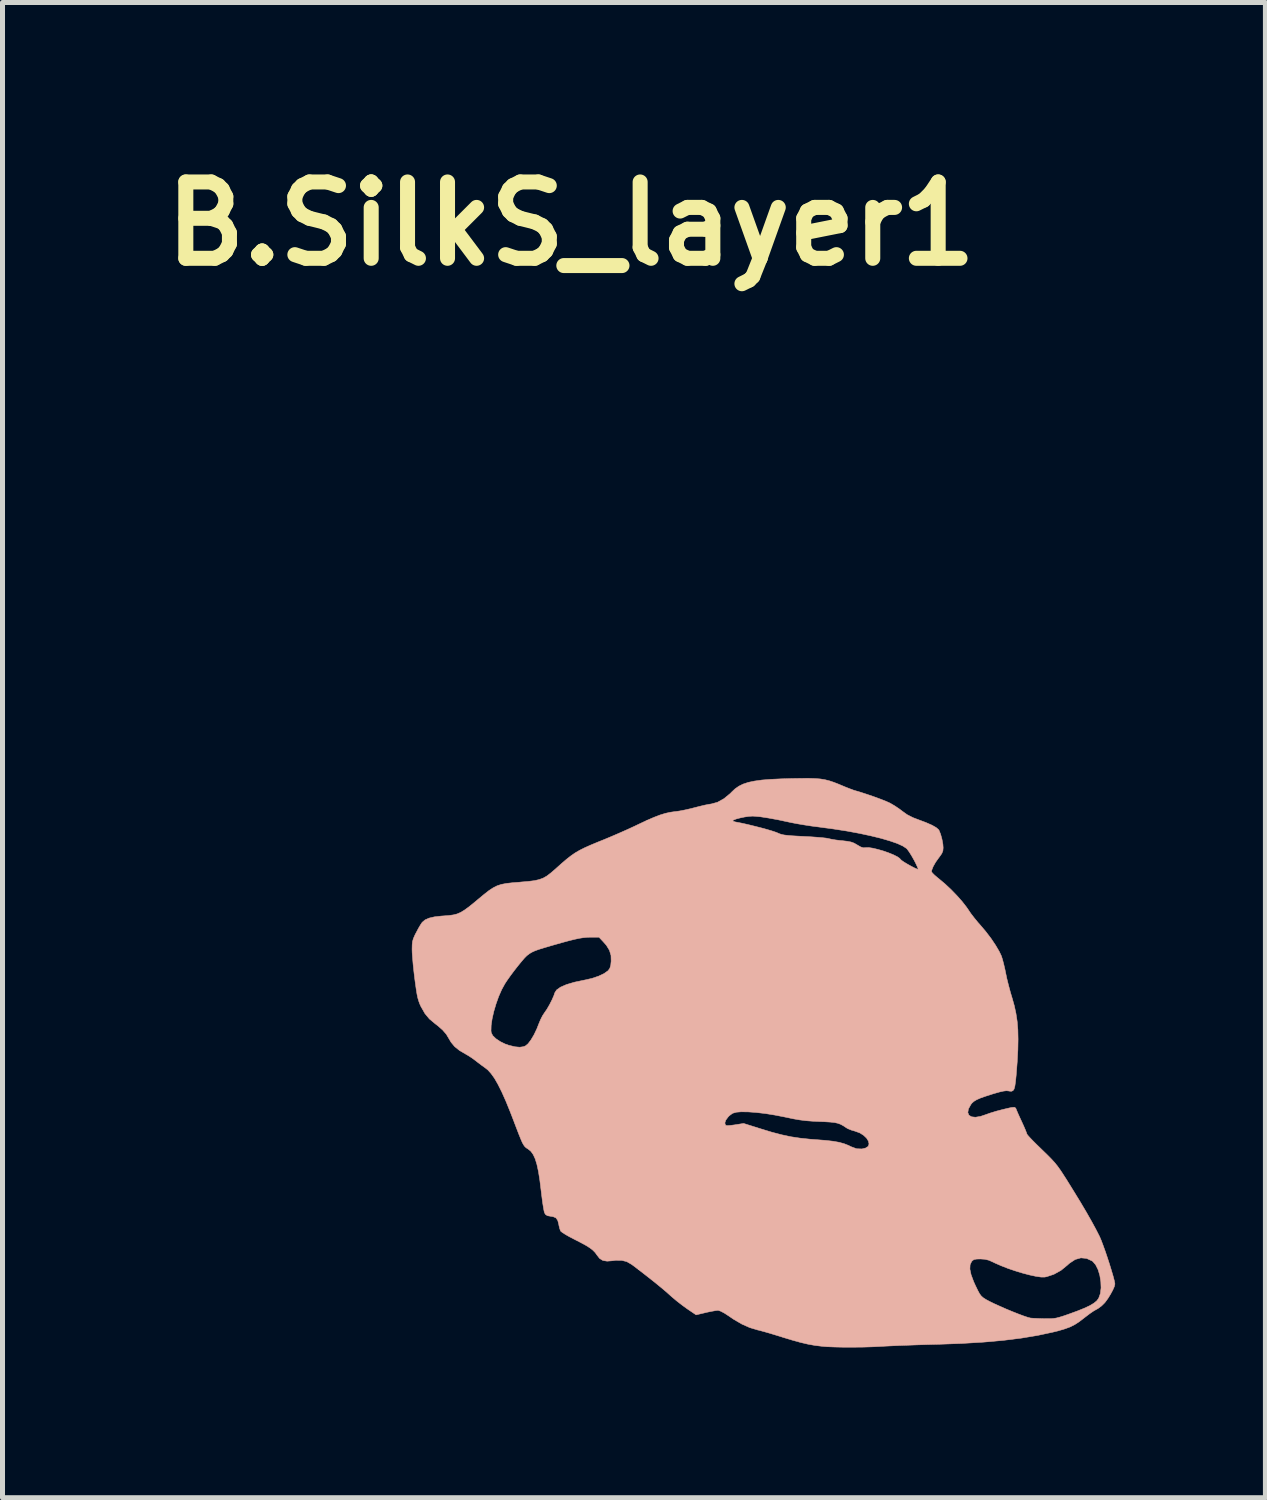
<source format=kicad_pcb>
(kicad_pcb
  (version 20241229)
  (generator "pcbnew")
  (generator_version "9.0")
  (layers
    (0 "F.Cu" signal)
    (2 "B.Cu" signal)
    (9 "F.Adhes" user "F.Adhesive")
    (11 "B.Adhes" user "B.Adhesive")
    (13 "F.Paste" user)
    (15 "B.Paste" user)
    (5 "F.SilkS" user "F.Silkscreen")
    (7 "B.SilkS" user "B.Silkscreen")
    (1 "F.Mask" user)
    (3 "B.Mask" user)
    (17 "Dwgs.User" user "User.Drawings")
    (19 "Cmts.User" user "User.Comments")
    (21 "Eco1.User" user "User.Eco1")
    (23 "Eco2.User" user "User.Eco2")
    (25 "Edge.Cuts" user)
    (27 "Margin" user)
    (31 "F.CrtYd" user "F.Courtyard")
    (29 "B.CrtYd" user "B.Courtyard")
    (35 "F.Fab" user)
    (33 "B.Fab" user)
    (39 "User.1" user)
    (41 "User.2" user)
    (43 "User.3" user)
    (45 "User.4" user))
  (footprint "B.SilkS_layer1"
    (layer "F.Cu")
    (at 8.353 1.418)
    (property "Reference" "B.SilkS_layer1" (at 0 0 0) (layer "F.SilkS") (effects (font (size 1.524 1.524) (thickness 0.3))))
    (attr through_hole)
    (fp_poly (pts (xy 4.868 11.077) (xy 4.974 11.085) (xy 5.067 11.1) (xy 5.155 11.122) (xy 5.245 11.152) (xy 5.345 11.191) (xy 5.404 11.216) (xy 5.493 11.253) (xy 5.573 11.284) (xy 5.632 11.306) (xy 5.652 11.313) (xy 5.775 11.349) (xy 5.91 11.393) (xy 6.047 11.44) (xy 6.175 11.487) (xy 6.285 11.53) (xy 6.365 11.566) (xy 6.374 11.571) (xy 6.463 11.623) (xy 6.555 11.685) (xy 6.62 11.734) (xy 6.711 11.799) (xy 6.825 11.857) (xy 6.924 11.895) (xy 7.084 11.955) (xy 7.205 12.008) (xy 7.288 12.055) (xy 7.337 12.097) (xy 7.347 12.112) (xy 7.378 12.188) (xy 7.405 12.286) (xy 7.424 12.388) (xy 7.429 12.46) (xy 7.424 12.519) (xy 7.402 12.574) (xy 7.357 12.639) (xy 7.343 12.657) (xy 7.278 12.748) (xy 7.229 12.835) (xy 7.201 12.907) (xy 7.197 12.937) (xy 7.213 12.962) (xy 7.255 13.004) (xy 7.316 13.056) (xy 7.347 13.081) (xy 7.464 13.179) (xy 7.586 13.293) (xy 7.704 13.415) (xy 7.81 13.535) (xy 7.895 13.644) (xy 7.928 13.692) (xy 7.979 13.768) (xy 8.049 13.859) (xy 8.126 13.953) (xy 8.167 13.999) (xy 8.279 14.131) (xy 8.385 14.27) (xy 8.477 14.407) (xy 8.55 14.532) (xy 8.591 14.618) (xy 8.613 14.686) (xy 8.638 14.781) (xy 8.663 14.888) (xy 8.677 14.957) (xy 8.701 15.072) (xy 8.735 15.208) (xy 8.773 15.349) (xy 8.807 15.462) (xy 8.85 15.615) (xy 8.883 15.768) (xy 8.907 15.926) (xy 8.921 16.095) (xy 8.925 16.282) (xy 8.921 16.493) (xy 8.908 16.734) (xy 8.887 17.003) (xy 8.874 17.13) (xy 8.861 17.22) (xy 8.845 17.278) (xy 8.822 17.31) (xy 8.79 17.322) (xy 8.748 17.318) (xy 8.735 17.315) (xy 8.692 17.311) (xy 8.634 17.318) (xy 8.554 17.336) (xy 8.444 17.367) (xy 8.412 17.377) (xy 8.275 17.421) (xy 8.173 17.457) (xy 8.098 17.49) (xy 8.045 17.522) (xy 8.006 17.556) (xy 7.983 17.585) (xy 7.934 17.674) (xy 7.922 17.746) (xy 7.943 17.799) (xy 7.995 17.831) (xy 8.074 17.84) (xy 8.176 17.823) (xy 8.268 17.792) (xy 8.367 17.757) (xy 8.491 17.719) (xy 8.625 17.684) (xy 8.753 17.654) (xy 8.801 17.645) (xy 8.852 17.641) (xy 8.878 17.658) (xy 8.883 17.669) (xy 8.896 17.702) (xy 8.923 17.765) (xy 8.96 17.847) (xy 8.998 17.929) (xy 9.039 18.019) (xy 9.072 18.096) (xy 9.094 18.152) (xy 9.102 18.176) (xy 9.116 18.197) (xy 9.157 18.243) (xy 9.219 18.308) (xy 9.298 18.387) (xy 9.389 18.475) (xy 9.396 18.482) (xy 9.503 18.586) (xy 9.587 18.671) (xy 9.656 18.746) (xy 9.716 18.821) (xy 9.776 18.905) (xy 9.843 19.008) (xy 9.897 19.092) (xy 10.037 19.318) (xy 10.169 19.534) (xy 10.288 19.735) (xy 10.392 19.918) (xy 10.478 20.076) (xy 10.544 20.205) (xy 10.554 20.225) (xy 10.585 20.298) (xy 10.622 20.396) (xy 10.664 20.512) (xy 10.707 20.639) (xy 10.749 20.768) (xy 10.787 20.892) (xy 10.82 21.003) (xy 10.844 21.093) (xy 10.857 21.155) (xy 10.858 21.173) (xy 10.847 21.221) (xy 10.816 21.291) (xy 10.771 21.374) (xy 10.72 21.457) (xy 10.667 21.53) (xy 10.652 21.548) (xy 10.591 21.608) (xy 10.52 21.66) (xy 10.491 21.676) (xy 10.436 21.707) (xy 10.361 21.758) (xy 10.279 21.82) (xy 10.234 21.855) (xy 10.141 21.926) (xy 10.054 21.982) (xy 9.962 22.028) (xy 9.855 22.067) (xy 9.723 22.106) (xy 9.621 22.131) (xy 9.318 22.196) (xy 8.987 22.251) (xy 8.625 22.296) (xy 8.23 22.331) (xy 7.798 22.357) (xy 7.328 22.374) (xy 7.313 22.374) (xy 7.118 22.379) (xy 6.921 22.385) (xy 6.73 22.392) (xy 6.553 22.398) (xy 6.398 22.405) (xy 6.271 22.411) (xy 6.202 22.415) (xy 6.023 22.424) (xy 5.831 22.43) (xy 5.633 22.432) (xy 5.441 22.432) (xy 5.263 22.428) (xy 5.109 22.422) (xy 5.006 22.413) (xy 4.867 22.396) (xy 4.728 22.371) (xy 4.579 22.336) (xy 4.41 22.289) (xy 4.212 22.229) (xy 4.202 22.225) (xy 4.077 22.187) (xy 3.952 22.149) (xy 3.839 22.117) (xy 3.749 22.093) (xy 3.725 22.088) (xy 3.566 22.04) (xy 3.409 21.97) (xy 3.243 21.873) (xy 3.151 21.81) (xy 3.062 21.752) (xy 2.988 21.713) (xy 2.937 21.696) (xy 2.932 21.696) (xy 2.887 21.701) (xy 2.813 21.714) (xy 2.724 21.732) (xy 2.686 21.741) (xy 2.496 21.786) (xy 2.313 21.662) (xy 2.213 21.589) (xy 2.105 21.505) (xy 2.009 21.424) (xy 1.98 21.398) (xy 1.904 21.33) (xy 1.801 21.243) (xy 1.678 21.142) (xy 1.541 21.034) (xy 1.399 20.923) (xy 1.334 20.873) (xy 7.963 20.873) (xy 7.987 20.985) (xy 8.039 21.125) (xy 8.075 21.204) (xy 8.121 21.299) (xy 8.156 21.364) (xy 8.189 21.408) (xy 8.226 21.442) (xy 8.274 21.473) (xy 8.283 21.479) (xy 8.354 21.517) (xy 8.45 21.564) (xy 8.564 21.615) (xy 8.686 21.669) (xy 8.811 21.721) (xy 8.93 21.768) (xy 9.034 21.807) (xy 9.117 21.835) (xy 9.171 21.849) (xy 9.176 21.85) (xy 9.235 21.854) (xy 9.322 21.858) (xy 9.421 21.861) (xy 9.466 21.862) (xy 9.552 21.862) (xy 9.621 21.859) (xy 9.685 21.85) (xy 9.755 21.832) (xy 9.842 21.805) (xy 9.942 21.77) (xy 10.117 21.706) (xy 10.255 21.65) (xy 10.361 21.6) (xy 10.44 21.552) (xy 10.496 21.506) (xy 10.533 21.457) (xy 10.535 21.452) (xy 10.568 21.361) (xy 10.582 21.248) (xy 10.577 21.123) (xy 10.557 20.998) (xy 10.522 20.882) (xy 10.474 20.786) (xy 10.416 20.719) (xy 10.406 20.711) (xy 10.293 20.659) (xy 10.18 20.648) (xy 10.066 20.68) (xy 9.952 20.755) (xy 9.906 20.796) (xy 9.781 20.898) (xy 9.64 20.976) (xy 9.496 21.024) (xy 9.453 21.032) (xy 9.381 21.031) (xy 9.279 21.016) (xy 9.154 20.989) (xy 9.013 20.952) (xy 8.866 20.907) (xy 8.719 20.857) (xy 8.582 20.803) (xy 8.461 20.75) (xy 8.435 20.737) (xy 8.344 20.696) (xy 8.262 20.676) (xy 8.174 20.67) (xy 8.097 20.672) (xy 8.05 20.68) (xy 8.018 20.699) (xy 7.997 20.722) (xy 7.967 20.786) (xy 7.963 20.873) (xy 1.334 20.873) (xy 1.258 20.815) (xy 1.209 20.779) (xy 1.112 20.723) (xy 1.007 20.697) (xy 0.882 20.698) (xy 0.832 20.705) (xy 0.72 20.714) (xy 0.635 20.7) (xy 0.57 20.66) (xy 0.518 20.594) (xy 0.481 20.542) (xy 0.436 20.496) (xy 0.377 20.45) (xy 0.298 20.4) (xy 0.191 20.342) (xy 0.07 20.28) (xy -0.027 20.23) (xy -0.111 20.182) (xy -0.173 20.143) (xy -0.207 20.115) (xy -0.21 20.111) (xy -0.227 20.065) (xy -0.243 20) (xy -0.245 19.984) (xy -0.266 19.902) (xy -0.3 19.852) (xy -0.357 19.826) (xy -0.406 19.818) (xy -0.472 19.806) (xy -0.509 19.783) (xy -0.529 19.751) (xy -0.54 19.712) (xy -0.553 19.64) (xy -0.569 19.541) (xy -0.584 19.424) (xy -0.596 19.325) (xy -0.623 19.107) (xy -0.651 18.928) (xy -0.682 18.784) (xy -0.717 18.67) (xy -0.757 18.584) (xy -0.803 18.52) (xy -0.857 18.476) (xy -0.861 18.473) (xy -0.893 18.453) (xy -0.921 18.429) (xy -0.946 18.395) (xy -0.973 18.348) (xy -1.003 18.279) (xy -1.041 18.185) (xy -1.09 18.058) (xy -1.113 17.998) (xy -1.129 17.955) (xy 3.07 17.955) (xy 3.083 17.996) (xy 3.092 18.003) (xy 3.122 18.007) (xy 3.183 18.003) (xy 3.261 17.993) (xy 3.28 17.99) (xy 3.445 17.964) (xy 3.792 18.073) (xy 4.012 18.14) (xy 4.208 18.191) (xy 4.391 18.23) (xy 4.577 18.258) (xy 4.777 18.279) (xy 4.911 18.289) (xy 5.09 18.303) (xy 5.235 18.32) (xy 5.353 18.341) (xy 5.453 18.369) (xy 5.542 18.404) (xy 5.587 18.427) (xy 5.7 18.469) (xy 5.807 18.473) (xy 5.881 18.455) (xy 5.932 18.422) (xy 5.949 18.374) (xy 5.937 18.317) (xy 5.9 18.257) (xy 5.84 18.2) (xy 5.763 18.152) (xy 5.671 18.119) (xy 5.669 18.118) (xy 5.594 18.096) (xy 5.528 18.069) (xy 5.503 18.055) (xy 5.44 18.013) (xy 5.384 17.982) (xy 5.328 17.961) (xy 5.261 17.946) (xy 5.175 17.937) (xy 5.062 17.93) (xy 4.964 17.926) (xy 4.815 17.919) (xy 4.689 17.909) (xy 4.569 17.894) (xy 4.441 17.872) (xy 4.289 17.84) (xy 4.265 17.835) (xy 4.07 17.797) (xy 3.878 17.766) (xy 3.695 17.745) (xy 3.53 17.733) (xy 3.391 17.732) (xy 3.303 17.739) (xy 3.225 17.761) (xy 3.161 17.808) (xy 3.139 17.83) (xy 3.089 17.897) (xy 3.07 17.955) (xy -1.129 17.955) (xy -1.212 17.74) (xy -1.301 17.521) (xy -1.383 17.337) (xy -1.459 17.185) (xy -1.529 17.063) (xy -1.597 16.968) (xy -1.662 16.896) (xy -1.715 16.854) (xy -1.782 16.806) (xy -1.859 16.748) (xy -1.901 16.715) (xy -1.975 16.66) (xy -2.055 16.608) (xy -2.095 16.585) (xy -2.227 16.508) (xy -2.325 16.429) (xy -2.397 16.342) (xy -2.432 16.283) (xy -2.49 16.185) (xy -2.551 16.114) (xy -1.599 16.114) (xy -1.594 16.153) (xy -1.564 16.211) (xy -1.502 16.271) (xy -1.416 16.329) (xy -1.316 16.378) (xy -1.244 16.403) (xy -1.121 16.433) (xy -1.026 16.442) (xy -0.95 16.431) (xy -0.91 16.415) (xy -0.858 16.371) (xy -0.8 16.294) (xy -0.739 16.191) (xy -0.682 16.071) (xy -0.647 15.981) (xy -0.611 15.894) (xy -0.569 15.811) (xy -0.53 15.752) (xy -0.481 15.681) (xy -0.428 15.589) (xy -0.379 15.492) (xy -0.341 15.404) (xy -0.327 15.358) (xy -0.29 15.299) (xy -0.212 15.243) (xy -0.093 15.191) (xy 0.065 15.144) (xy 0.264 15.102) (xy 0.265 15.102) (xy 0.415 15.068) (xy 0.549 15.023) (xy 0.659 14.971) (xy 0.736 14.916) (xy 0.743 14.909) (xy 0.774 14.865) (xy 0.792 14.804) (xy 0.8 14.724) (xy 0.797 14.609) (xy 0.766 14.507) (xy 0.705 14.407) (xy 0.638 14.331) (xy 0.557 14.245) (xy 0.393 14.245) (xy 0.323 14.247) (xy 0.251 14.254) (xy 0.171 14.266) (xy 0.077 14.286) (xy -0.037 14.314) (xy -0.178 14.352) (xy -0.35 14.401) (xy -0.413 14.419) (xy -0.547 14.459) (xy -0.648 14.49) (xy -0.724 14.518) (xy -0.781 14.544) (xy -0.827 14.571) (xy -0.871 14.604) (xy -0.888 14.618) (xy -0.93 14.66) (xy -0.989 14.729) (xy -1.06 14.816) (xy -1.136 14.913) (xy -1.21 15.012) (xy -1.276 15.105) (xy -1.322 15.175) (xy -1.386 15.292) (xy -1.446 15.429) (xy -1.499 15.578) (xy -1.544 15.73) (xy -1.577 15.876) (xy -1.596 16.007) (xy -1.599 16.114) (xy -2.551 16.114) (xy -2.564 16.099) (xy -2.663 16.012) (xy -2.714 15.973) (xy -2.829 15.877) (xy -2.918 15.77) (xy -2.994 15.636) (xy -2.997 15.632) (xy -3.023 15.575) (xy -3.043 15.519) (xy -3.061 15.458) (xy -3.077 15.382) (xy -3.093 15.283) (xy -3.111 15.155) (xy -3.122 15.072) (xy -3.139 14.931) (xy -3.154 14.79) (xy -3.165 14.661) (xy -3.173 14.555) (xy -3.175 14.486) (xy -3.173 14.396) (xy -3.166 14.33) (xy -3.148 14.27) (xy -3.117 14.199) (xy -3.09 14.148) (xy -3.048 14.068) (xy -3.008 14) (xy -2.978 13.955) (xy -2.972 13.947) (xy -2.915 13.899) (xy -2.836 13.864) (xy -2.73 13.839) (xy -2.591 13.823) (xy -2.546 13.82) (xy -2.44 13.812) (xy -2.353 13.8) (xy -2.277 13.781) (xy -2.205 13.75) (xy -2.129 13.704) (xy -2.041 13.64) (xy -1.933 13.553) (xy -1.863 13.494) (xy -1.741 13.393) (xy -1.643 13.316) (xy -1.558 13.26) (xy -1.478 13.219) (xy -1.393 13.191) (xy -1.295 13.172) (xy -1.173 13.158) (xy -1.019 13.146) (xy -1.005 13.144) (xy -0.852 13.131) (xy -0.732 13.116) (xy -0.636 13.094) (xy -0.555 13.064) (xy -0.479 13.02) (xy -0.4 12.959) (xy -0.307 12.879) (xy -0.301 12.873) (xy -0.187 12.771) (xy -0.09 12.688) (xy -0.004 12.621) (xy 0.079 12.563) (xy 0.166 12.512) (xy 0.265 12.462) (xy 0.383 12.409) (xy 0.529 12.348) (xy 0.656 12.297) (xy 0.795 12.239) (xy 0.955 12.17) (xy 1.12 12.097) (xy 1.274 12.026) (xy 1.332 11.998) (xy 1.504 11.917) (xy 3.228 11.917) (xy 3.239 11.931) (xy 3.281 11.944) (xy 3.297 11.947) (xy 3.401 11.967) (xy 3.523 11.994) (xy 3.653 12.026) (xy 3.784 12.059) (xy 3.906 12.092) (xy 4.01 12.123) (xy 4.088 12.149) (xy 4.118 12.161) (xy 4.159 12.179) (xy 4.202 12.193) (xy 4.253 12.204) (xy 4.32 12.212) (xy 4.41 12.22) (xy 4.53 12.227) (xy 4.648 12.233) (xy 4.782 12.24) (xy 4.907 12.249) (xy 5.013 12.258) (xy 5.094 12.267) (xy 5.141 12.276) (xy 5.144 12.277) (xy 5.198 12.289) (xy 5.281 12.303) (xy 5.376 12.315) (xy 5.414 12.318) (xy 5.515 12.33) (xy 5.588 12.344) (xy 5.647 12.365) (xy 5.704 12.397) (xy 5.715 12.404) (xy 5.785 12.444) (xy 5.837 12.46) (xy 5.882 12.457) (xy 5.941 12.455) (xy 6.025 12.468) (xy 6.125 12.492) (xy 6.233 12.523) (xy 6.339 12.56) (xy 6.435 12.599) (xy 6.513 12.638) (xy 6.562 12.672) (xy 6.575 12.689) (xy 6.598 12.711) (xy 6.647 12.745) (xy 6.714 12.785) (xy 6.787 12.826) (xy 6.855 12.861) (xy 6.907 12.884) (xy 6.929 12.889) (xy 6.927 12.873) (xy 6.908 12.827) (xy 6.876 12.759) (xy 6.848 12.705) (xy 6.8 12.62) (xy 6.753 12.545) (xy 6.714 12.491) (xy 6.699 12.474) (xy 6.625 12.425) (xy 6.514 12.374) (xy 6.367 12.323) (xy 6.19 12.271) (xy 5.985 12.221) (xy 5.757 12.172) (xy 5.509 12.126) (xy 5.246 12.085) (xy 4.971 12.048) (xy 4.942 12.044) (xy 4.802 12.026) (xy 4.653 12.003) (xy 4.511 11.979) (xy 4.392 11.956) (xy 4.364 11.95) (xy 4.135 11.901) (xy 3.938 11.865) (xy 3.776 11.84) (xy 3.651 11.829) (xy 3.618 11.828) (xy 3.547 11.833) (xy 3.464 11.845) (xy 3.378 11.863) (xy 3.302 11.883) (xy 3.248 11.903) (xy 3.228 11.917) (xy 1.504 11.917) (xy 1.506 11.916) (xy 1.651 11.853) (xy 1.773 11.806) (xy 1.879 11.773) (xy 1.978 11.751) (xy 2.075 11.737) (xy 2.091 11.736) (xy 2.173 11.724) (xy 2.28 11.703) (xy 2.394 11.677) (xy 2.459 11.66) (xy 2.565 11.633) (xy 2.669 11.608) (xy 2.756 11.591) (xy 2.798 11.585) (xy 2.923 11.551) (xy 3.051 11.48) (xy 3.178 11.376) (xy 3.207 11.346) (xy 3.274 11.283) (xy 3.348 11.231) (xy 3.434 11.188) (xy 3.537 11.154) (xy 3.66 11.128) (xy 3.808 11.107) (xy 3.986 11.093) (xy 4.197 11.083) (xy 4.403 11.077) (xy 4.59 11.074) (xy 4.743 11.073) (xy 4.868 11.077)) (stroke (width 0.01) (type solid)) (fill yes) (layer "B.SilkS")))
  (gr_rect
    (start -3 -3)
    (end 22.217 26.855)
    (stroke (width 0.1) (type default))
    (fill no)
    (layer "Edge.Cuts")))
</source>
